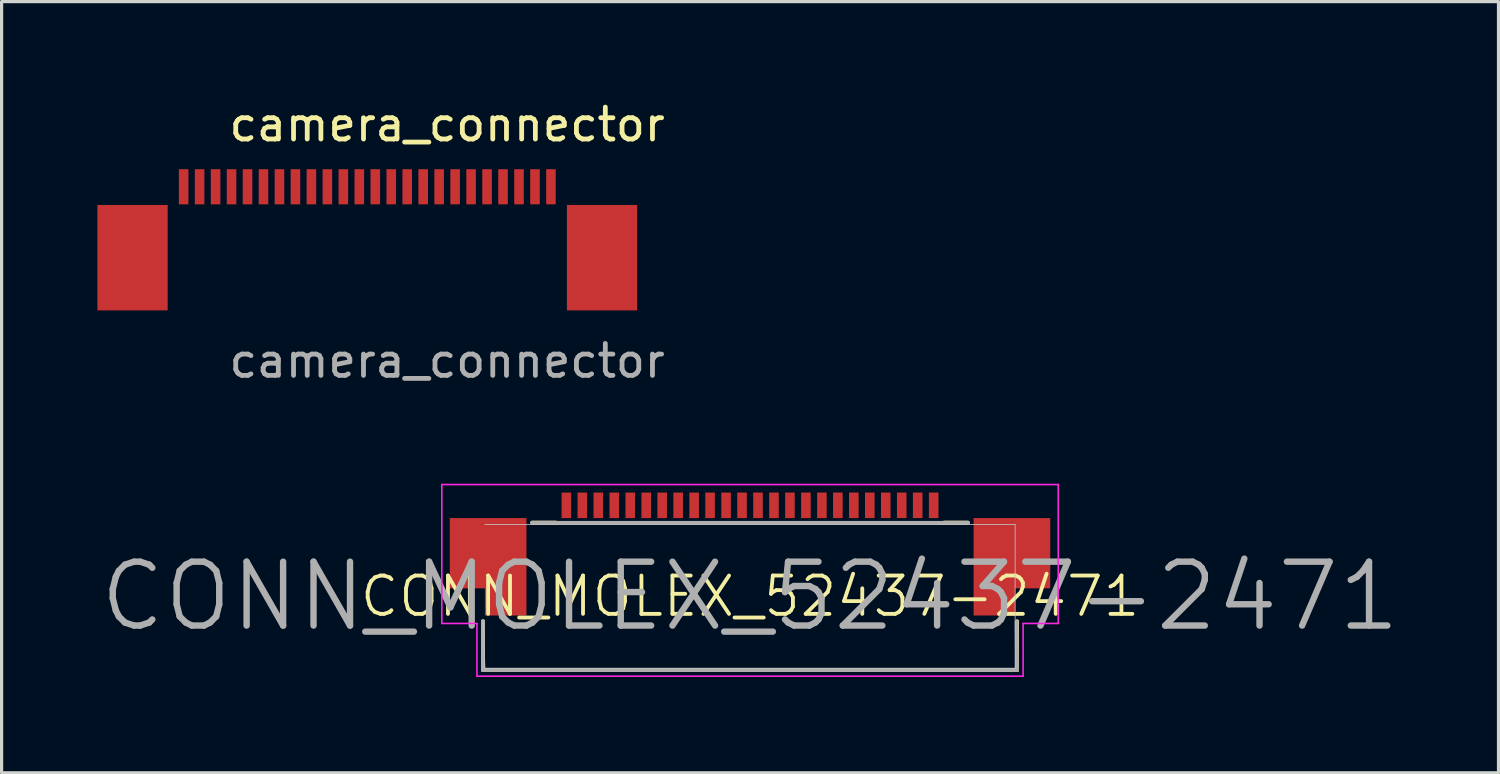
<source format=kicad_pcb>
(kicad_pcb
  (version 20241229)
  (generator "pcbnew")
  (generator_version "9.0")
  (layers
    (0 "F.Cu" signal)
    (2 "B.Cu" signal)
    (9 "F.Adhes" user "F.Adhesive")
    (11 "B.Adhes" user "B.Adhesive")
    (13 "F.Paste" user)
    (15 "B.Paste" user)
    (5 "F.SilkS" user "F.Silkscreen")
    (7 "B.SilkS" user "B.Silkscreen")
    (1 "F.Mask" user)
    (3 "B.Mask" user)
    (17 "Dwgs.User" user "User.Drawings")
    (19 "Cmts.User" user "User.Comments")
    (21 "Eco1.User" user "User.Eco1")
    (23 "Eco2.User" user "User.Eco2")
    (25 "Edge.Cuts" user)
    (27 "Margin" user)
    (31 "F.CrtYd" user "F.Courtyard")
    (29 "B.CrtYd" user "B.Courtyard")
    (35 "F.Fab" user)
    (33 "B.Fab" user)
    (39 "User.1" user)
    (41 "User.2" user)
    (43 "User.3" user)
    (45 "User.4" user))
  (footprint "camera_connector"
    (layer "F.Cu")
    (at 10.95 4.548)
    (property "Reference" "camera_connector" (at 0 -3.7 0) (layer "F.SilkS") (effects (font (size 1 1) (thickness 0.15))))
    (attr smd)
    (fp_text user "${REFERENCE}" (at 0 3.7 0) (layer "F.Fab") (effects (font (size 1 1) (thickness 0.15))))
    (pad "1" smd rect (at -8.25 -1.75) (size 0.3 1.1) (layers "F.Cu" "F.Mask" "F.Paste"))
    (pad "2" smd rect (at -7.75 -1.75) (size 0.3 1.1) (layers "F.Cu" "F.Mask" "F.Paste"))
    (pad "3" smd rect (at -7.25 -1.75) (size 0.3 1.1) (layers "F.Cu" "F.Mask" "F.Paste"))
    (pad "4" smd rect (at -6.75 -1.75) (size 0.3 1.1) (layers "F.Cu" "F.Mask" "F.Paste"))
    (pad "5" smd rect (at -6.25 -1.75) (size 0.3 1.1) (layers "F.Cu" "F.Mask" "F.Paste"))
    (pad "6" smd rect (at -5.75 -1.75) (size 0.3 1.1) (layers "F.Cu" "F.Mask" "F.Paste"))
    (pad "7" smd rect (at -5.25 -1.75) (size 0.3 1.1) (layers "F.Cu" "F.Mask" "F.Paste"))
    (pad "8" smd rect (at -4.75 -1.75) (size 0.3 1.1) (layers "F.Cu" "F.Mask" "F.Paste"))
    (pad "9" smd rect (at -4.25 -1.75) (size 0.3 1.1) (layers "F.Cu" "F.Mask" "F.Paste"))
    (pad "10" smd rect (at -3.75 -1.75) (size 0.3 1.1) (layers "F.Cu" "F.Mask" "F.Paste"))
    (pad "11" smd rect (at -3.25 -1.75) (size 0.3 1.1) (layers "F.Cu" "F.Mask" "F.Paste"))
    (pad "12" smd rect (at -2.75 -1.75) (size 0.3 1.1) (layers "F.Cu" "F.Mask" "F.Paste"))
    (pad "13" smd rect (at -2.25 -1.75) (size 0.3 1.1) (layers "F.Cu" "F.Mask" "F.Paste"))
    (pad "14" smd rect (at -1.75 -1.75) (size 0.3 1.1) (layers "F.Cu" "F.Mask" "F.Paste"))
    (pad "15" smd rect (at -1.25 -1.75) (size 0.3 1.1) (layers "F.Cu" "F.Mask" "F.Paste"))
    (pad "16" smd rect (at -0.75 -1.75) (size 0.3 1.1) (layers "F.Cu" "F.Mask" "F.Paste"))
    (pad "17" smd rect (at -0.25 -1.75) (size 0.3 1.1) (layers "F.Cu" "F.Mask" "F.Paste"))
    (pad "18" smd rect (at 0.25 -1.75) (size 0.3 1.1) (layers "F.Cu" "F.Mask" "F.Paste"))
    (pad "19" smd rect (at 0.75 -1.75) (size 0.3 1.1) (layers "F.Cu" "F.Mask" "F.Paste"))
    (pad "20" smd rect (at 1.25 -1.75) (size 0.3 1.1) (layers "F.Cu" "F.Mask" "F.Paste"))
    (pad "21" smd rect (at 1.75 -1.75) (size 0.3 1.1) (layers "F.Cu" "F.Mask" "F.Paste"))
    (pad "22" smd rect (at 2.25 -1.75) (size 0.3 1.1) (layers "F.Cu" "F.Mask" "F.Paste"))
    (pad "23" smd rect (at 2.75 -1.75) (size 0.3 1.1) (layers "F.Cu" "F.Mask" "F.Paste"))
    (pad "24" smd rect (at 3.25 -1.75) (size 0.3 1.1) (layers "F.Cu" "F.Mask" "F.Paste"))
    (pad "MP" smd rect (at -9.85 0.47) (size 2.2 3.3) (layers "F.Cu" "F.Mask" "F.Paste"))
    (pad "MP" smd rect (at 4.85 0.47) (size 2.2 3.3) (layers "F.Cu" "F.Mask" "F.Paste")))
  (footprint "CONN_MOLEX_52437-2471"
    (layer "F.Cu")
    (at 20.433 15.621)
    (property "Reference" "CONN_MOLEX_52437-2471" (at 0 0 0) (layer "F.SilkS") (effects (font (size 1.2 1.2) (thickness 0.12))))
    (attr smd)
    (fp_line (start -8.36 2.31) (end -8.36 0.78) (stroke (width 0.12) (type solid)) (layer "F.SilkS"))
    (fp_line (start -6.82 -2.31) (end -6.08 -2.31) (stroke (width 0.12) (type solid)) (layer "F.SilkS"))
    (fp_line (start 6.08 -2.31) (end 6.82 -2.31) (stroke (width 0.12) (type solid)) (layer "F.SilkS"))
    (fp_line (start 8.36 0.78) (end 8.36 2.31) (stroke (width 0.12) (type solid)) (layer "F.SilkS"))
    (fp_line (start 8.36 2.31) (end -8.36 2.31) (stroke (width 0.12) (type solid)) (layer "F.SilkS"))
    (fp_line (start -8.3 -2.25) (end 8.3 -2.25) (stroke (width 0.025) (type solid)) (layer "Dwgs.User"))
    (fp_line (start -8.3 2.25) (end -8.35 0.8) (stroke (width 0.025) (type solid)) (layer "Dwgs.User"))
    (fp_line (start 8.3 -2.25) (end 8.3 2.25) (stroke (width 0.025) (type solid)) (layer "Dwgs.User"))
    (fp_line (start 8.3 2.25) (end -8.3 2.25) (stroke (width 0.025) (type solid)) (layer "Dwgs.User"))
    (fp_line (start -9.65 -3.5) (end -9.65 0.85) (stroke (width 0.05) (type solid)) (layer "F.CrtYd"))
    (fp_line (start -9.65 0.85) (end -8.55 0.85) (stroke (width 0.05) (type solid)) (layer "F.CrtYd"))
    (fp_line (start -8.55 0.85) (end -8.55 2.5) (stroke (width 0.05) (type solid)) (layer "F.CrtYd"))
    (fp_line (start -8.55 2.5) (end 8.55 2.5) (stroke (width 0.05) (type solid)) (layer "F.CrtYd"))
    (fp_line (start 8.55 0.85) (end 9.65 0.85) (stroke (width 0.05) (type solid)) (layer "F.CrtYd"))
    (fp_line (start 8.55 2.5) (end 8.55 0.85) (stroke (width 0.05) (type solid)) (layer "F.CrtYd"))
    (fp_line (start 9.65 -3.5) (end -9.65 -3.5) (stroke (width 0.05) (type solid)) (layer "F.CrtYd"))
    (fp_line (start 9.65 0.85) (end 9.65 -3.5) (stroke (width 0.05) (type solid)) (layer "F.CrtYd"))
    (fp_line (start -8.36 2.31) (end -8.36 0.775) (stroke (width 0.12) (type solid)) (layer "F.Fab"))
    (fp_line (start -6.825 -2.3) (end 6.825 -2.3) (stroke (width 0.12) (type solid)) (layer "F.Fab"))
    (fp_line (start 8.35 0.8) (end 8.36 2.31) (stroke (width 0.12) (type solid)) (layer "F.Fab"))
    (fp_line (start 8.36 2.31) (end -8.36 2.31) (stroke (width 0.12) (type solid)) (layer "F.Fab"))
    (fp_text user "${REFERENCE}" (at 0 0 0) (layer "F.Fab") (effects (font (size 2 2) (thickness 0.2))))
    (pad "1" smd rect (at -5.75 -2.85) (size 0.3 0.8) (layers "F.Cu" "F.Mask" "F.Paste"))
    (pad "2" smd rect (at -5.25 -2.85) (size 0.3 0.8) (layers "F.Cu" "F.Mask" "F.Paste"))
    (pad "3" smd rect (at -4.75 -2.85) (size 0.3 0.8) (layers "F.Cu" "F.Mask" "F.Paste"))
    (pad "4" smd rect (at -4.25 -2.85) (size 0.3 0.8) (layers "F.Cu" "F.Mask" "F.Paste"))
    (pad "5" smd rect (at -3.75 -2.85) (size 0.3 0.8) (layers "F.Cu" "F.Mask" "F.Paste"))
    (pad "6" smd rect (at -3.25 -2.85) (size 0.3 0.8) (layers "F.Cu" "F.Mask" "F.Paste"))
    (pad "7" smd rect (at -2.75 -2.85) (size 0.3 0.8) (layers "F.Cu" "F.Mask" "F.Paste"))
    (pad "8" smd rect (at -2.25 -2.85) (size 0.3 0.8) (layers "F.Cu" "F.Mask" "F.Paste"))
    (pad "9" smd rect (at -1.75 -2.85) (size 0.3 0.8) (layers "F.Cu" "F.Mask" "F.Paste"))
    (pad "10" smd rect (at -1.25 -2.85) (size 0.3 0.8) (layers "F.Cu" "F.Mask" "F.Paste"))
    (pad "11" smd rect (at -0.75 -2.85) (size 0.3 0.8) (layers "F.Cu" "F.Mask" "F.Paste"))
    (pad "12" smd rect (at -0.25 -2.85) (size 0.3 0.8) (layers "F.Cu" "F.Mask" "F.Paste"))
    (pad "13" smd rect (at 0.25 -2.85) (size 0.3 0.8) (layers "F.Cu" "F.Mask" "F.Paste"))
    (pad "14" smd rect (at 0.75 -2.85) (size 0.3 0.8) (layers "F.Cu" "F.Mask" "F.Paste"))
    (pad "15" smd rect (at 1.25 -2.85) (size 0.3 0.8) (layers "F.Cu" "F.Mask" "F.Paste"))
    (pad "16" smd rect (at 1.75 -2.85) (size 0.3 0.8) (layers "F.Cu" "F.Mask" "F.Paste"))
    (pad "17" smd rect (at 2.25 -2.85) (size 0.3 0.8) (layers "F.Cu" "F.Mask" "F.Paste"))
    (pad "18" smd rect (at 2.75 -2.85) (size 0.3 0.8) (layers "F.Cu" "F.Mask" "F.Paste"))
    (pad "19" smd rect (at 3.25 -2.85) (size 0.3 0.8) (layers "F.Cu" "F.Mask" "F.Paste"))
    (pad "20" smd rect (at 3.75 -2.85) (size 0.3 0.8) (layers "F.Cu" "F.Mask" "F.Paste"))
    (pad "21" smd rect (at 4.25 -2.85) (size 0.3 0.8) (layers "F.Cu" "F.Mask" "F.Paste"))
    (pad "22" smd rect (at 4.75 -2.85) (size 0.3 0.8) (layers "F.Cu" "F.Mask" "F.Paste"))
    (pad "23" smd rect (at 5.25 -2.85) (size 0.3 0.8) (layers "F.Cu" "F.Mask" "F.Paste"))
    (pad "24" smd rect (at 5.75 -2.85) (size 0.3 0.8) (layers "F.Cu" "F.Mask" "F.Paste"))
    (pad "MP" smd custom (at -8.4 -1.45) (size 1 1) (layers "F.Cu" "F.Mask" "F.Paste") (options (anchor rect)) (primitives (gr_poly (pts (xy -1 -1) (xy 1.4 -1) (xy 1.4 2.05) (xy 0.1 2.05) (xy 0.1 1.2) (xy -1 1.2)) (width 0) (fill yes))))
    (pad "MP" smd custom (at 8.4 -1.45) (size 1 1) (layers "F.Cu" "F.Mask" "F.Paste") (options (anchor rect)) (primitives (gr_poly (pts (xy 1 -1) (xy -1.4 -1) (xy -1.4 2.05) (xy -0.1 2.05) (xy -0.1 1.2) (xy 1 1.2)) (width 0) (fill yes)))))
  (gr_rect
    (start -3 -3)
    (end 43.867 21.146)
    (stroke (width 0.1) (type default))
    (fill no)
    (layer "Edge.Cuts")))
</source>
